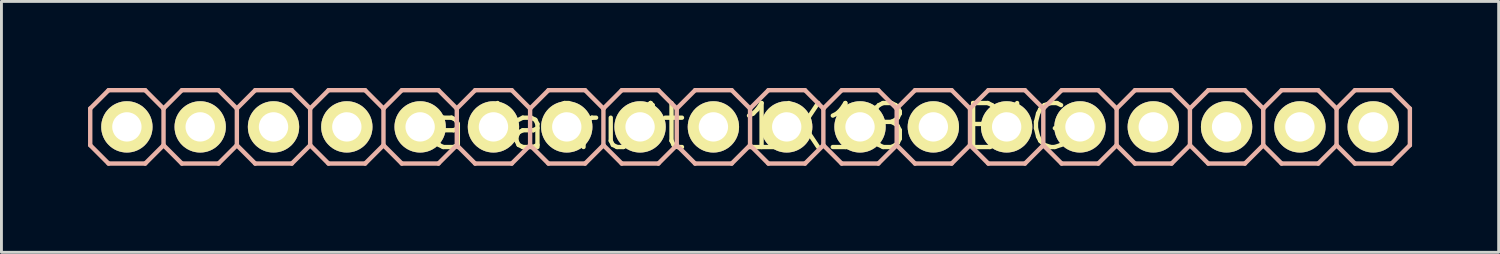
<source format=kicad_pcb>
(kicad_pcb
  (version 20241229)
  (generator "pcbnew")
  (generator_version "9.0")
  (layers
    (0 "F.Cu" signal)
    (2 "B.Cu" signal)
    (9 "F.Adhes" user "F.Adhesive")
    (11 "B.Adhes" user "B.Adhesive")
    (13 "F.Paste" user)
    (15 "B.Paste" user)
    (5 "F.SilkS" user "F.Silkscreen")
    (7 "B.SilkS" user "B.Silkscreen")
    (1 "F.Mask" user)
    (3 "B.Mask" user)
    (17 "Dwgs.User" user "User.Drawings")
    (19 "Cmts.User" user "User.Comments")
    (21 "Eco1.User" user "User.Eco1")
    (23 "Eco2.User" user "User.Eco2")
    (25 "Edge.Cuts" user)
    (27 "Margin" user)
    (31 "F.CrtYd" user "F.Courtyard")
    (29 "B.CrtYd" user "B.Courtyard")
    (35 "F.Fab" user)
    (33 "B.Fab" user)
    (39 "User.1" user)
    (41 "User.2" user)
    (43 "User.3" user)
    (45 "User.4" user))
  (footprint "adafruit-1X18-BIG"
    (layer "F.Cu")
    (at 22.936 1.346)
    (property "Reference" "adafruit-1X18-BIG" (at 0 0 0) (layer "F.SilkS") (effects (font (size 1.524 1.524) (thickness 0.15))))
    (attr exclude_from_pos_files exclude_from_bom)
    (fp_line (start -21.844 -0.254) (end -21.336 -0.254) (stroke (width 0.066) (type solid)) (layer "F.SilkS"))
    (fp_line (start -21.844 0.254) (end -21.844 -0.254) (stroke (width 0.066) (type solid)) (layer "F.SilkS"))
    (fp_line (start -21.844 0.254) (end -21.336 0.254) (stroke (width 0.066) (type solid)) (layer "F.SilkS"))
    (fp_line (start -21.336 0.254) (end -21.336 -0.254) (stroke (width 0.066) (type solid)) (layer "F.SilkS"))
    (fp_line (start -19.304 -0.254) (end -18.796 -0.254) (stroke (width 0.066) (type solid)) (layer "F.SilkS"))
    (fp_line (start -19.304 0.254) (end -19.304 -0.254) (stroke (width 0.066) (type solid)) (layer "F.SilkS"))
    (fp_line (start -19.304 0.254) (end -18.796 0.254) (stroke (width 0.066) (type solid)) (layer "F.SilkS"))
    (fp_line (start -18.796 0.254) (end -18.796 -0.254) (stroke (width 0.066) (type solid)) (layer "F.SilkS"))
    (fp_line (start -16.764 -0.254) (end -16.256 -0.254) (stroke (width 0.066) (type solid)) (layer "F.SilkS"))
    (fp_line (start -16.764 0.254) (end -16.764 -0.254) (stroke (width 0.066) (type solid)) (layer "F.SilkS"))
    (fp_line (start -16.764 0.254) (end -16.256 0.254) (stroke (width 0.066) (type solid)) (layer "F.SilkS"))
    (fp_line (start -16.256 0.254) (end -16.256 -0.254) (stroke (width 0.066) (type solid)) (layer "F.SilkS"))
    (fp_line (start -14.224 -0.254) (end -13.716 -0.254) (stroke (width 0.066) (type solid)) (layer "F.SilkS"))
    (fp_line (start -14.224 0.254) (end -14.224 -0.254) (stroke (width 0.066) (type solid)) (layer "F.SilkS"))
    (fp_line (start -14.224 0.254) (end -13.716 0.254) (stroke (width 0.066) (type solid)) (layer "F.SilkS"))
    (fp_line (start -13.716 0.254) (end -13.716 -0.254) (stroke (width 0.066) (type solid)) (layer "F.SilkS"))
    (fp_line (start -11.684 -0.254) (end -11.176 -0.254) (stroke (width 0.066) (type solid)) (layer "F.SilkS"))
    (fp_line (start -11.684 0.254) (end -11.684 -0.254) (stroke (width 0.066) (type solid)) (layer "F.SilkS"))
    (fp_line (start -11.684 0.254) (end -11.176 0.254) (stroke (width 0.066) (type solid)) (layer "F.SilkS"))
    (fp_line (start -11.176 0.254) (end -11.176 -0.254) (stroke (width 0.066) (type solid)) (layer "F.SilkS"))
    (fp_line (start -9.144 -0.254) (end -8.636 -0.254) (stroke (width 0.066) (type solid)) (layer "F.SilkS"))
    (fp_line (start -9.144 0.254) (end -9.144 -0.254) (stroke (width 0.066) (type solid)) (layer "F.SilkS"))
    (fp_line (start -9.144 0.254) (end -8.636 0.254) (stroke (width 0.066) (type solid)) (layer "F.SilkS"))
    (fp_line (start -8.636 0.254) (end -8.636 -0.254) (stroke (width 0.066) (type solid)) (layer "F.SilkS"))
    (fp_line (start -6.604 -0.254) (end -6.096 -0.254) (stroke (width 0.066) (type solid)) (layer "F.SilkS"))
    (fp_line (start -6.604 0.254) (end -6.604 -0.254) (stroke (width 0.066) (type solid)) (layer "F.SilkS"))
    (fp_line (start -6.604 0.254) (end -6.096 0.254) (stroke (width 0.066) (type solid)) (layer "F.SilkS"))
    (fp_line (start -6.096 0.254) (end -6.096 -0.254) (stroke (width 0.066) (type solid)) (layer "F.SilkS"))
    (fp_line (start -4.064 -0.254) (end -3.556 -0.254) (stroke (width 0.066) (type solid)) (layer "F.SilkS"))
    (fp_line (start -4.064 0.254) (end -4.064 -0.254) (stroke (width 0.066) (type solid)) (layer "F.SilkS"))
    (fp_line (start -4.064 0.254) (end -3.556 0.254) (stroke (width 0.066) (type solid)) (layer "F.SilkS"))
    (fp_line (start -3.556 0.254) (end -3.556 -0.254) (stroke (width 0.066) (type solid)) (layer "F.SilkS"))
    (fp_line (start -1.524 -0.254) (end -1.016 -0.254) (stroke (width 0.066) (type solid)) (layer "F.SilkS"))
    (fp_line (start -1.524 0.254) (end -1.524 -0.254) (stroke (width 0.066) (type solid)) (layer "F.SilkS"))
    (fp_line (start -1.524 0.254) (end -1.016 0.254) (stroke (width 0.066) (type solid)) (layer "F.SilkS"))
    (fp_line (start -1.016 0.254) (end -1.016 -0.254) (stroke (width 0.066) (type solid)) (layer "F.SilkS"))
    (fp_line (start 1.016 -0.254) (end 1.524 -0.254) (stroke (width 0.066) (type solid)) (layer "F.SilkS"))
    (fp_line (start 1.016 0.254) (end 1.016 -0.254) (stroke (width 0.066) (type solid)) (layer "F.SilkS"))
    (fp_line (start 1.016 0.254) (end 1.524 0.254) (stroke (width 0.066) (type solid)) (layer "F.SilkS"))
    (fp_line (start 1.524 0.254) (end 1.524 -0.254) (stroke (width 0.066) (type solid)) (layer "F.SilkS"))
    (fp_line (start 3.556 -0.254) (end 4.064 -0.254) (stroke (width 0.066) (type solid)) (layer "F.SilkS"))
    (fp_line (start 3.556 0.254) (end 3.556 -0.254) (stroke (width 0.066) (type solid)) (layer "F.SilkS"))
    (fp_line (start 3.556 0.254) (end 4.064 0.254) (stroke (width 0.066) (type solid)) (layer "F.SilkS"))
    (fp_line (start 4.064 0.254) (end 4.064 -0.254) (stroke (width 0.066) (type solid)) (layer "F.SilkS"))
    (fp_line (start 6.096 -0.254) (end 6.604 -0.254) (stroke (width 0.066) (type solid)) (layer "F.SilkS"))
    (fp_line (start 6.096 0.254) (end 6.096 -0.254) (stroke (width 0.066) (type solid)) (layer "F.SilkS"))
    (fp_line (start 6.096 0.254) (end 6.604 0.254) (stroke (width 0.066) (type solid)) (layer "F.SilkS"))
    (fp_line (start 6.604 0.254) (end 6.604 -0.254) (stroke (width 0.066) (type solid)) (layer "F.SilkS"))
    (fp_line (start 8.636 -0.254) (end 9.144 -0.254) (stroke (width 0.066) (type solid)) (layer "F.SilkS"))
    (fp_line (start 8.636 0.254) (end 8.636 -0.254) (stroke (width 0.066) (type solid)) (layer "F.SilkS"))
    (fp_line (start 8.636 0.254) (end 9.144 0.254) (stroke (width 0.066) (type solid)) (layer "F.SilkS"))
    (fp_line (start 9.144 0.254) (end 9.144 -0.254) (stroke (width 0.066) (type solid)) (layer "F.SilkS"))
    (fp_line (start 11.176 -0.254) (end 11.684 -0.254) (stroke (width 0.066) (type solid)) (layer "F.SilkS"))
    (fp_line (start 11.176 0.254) (end 11.176 -0.254) (stroke (width 0.066) (type solid)) (layer "F.SilkS"))
    (fp_line (start 11.176 0.254) (end 11.684 0.254) (stroke (width 0.066) (type solid)) (layer "F.SilkS"))
    (fp_line (start 11.684 0.254) (end 11.684 -0.254) (stroke (width 0.066) (type solid)) (layer "F.SilkS"))
    (fp_line (start 13.716 -0.254) (end 14.224 -0.254) (stroke (width 0.066) (type solid)) (layer "F.SilkS"))
    (fp_line (start 13.716 0.254) (end 13.716 -0.254) (stroke (width 0.066) (type solid)) (layer "F.SilkS"))
    (fp_line (start 13.716 0.254) (end 14.224 0.254) (stroke (width 0.066) (type solid)) (layer "F.SilkS"))
    (fp_line (start 14.224 0.254) (end 14.224 -0.254) (stroke (width 0.066) (type solid)) (layer "F.SilkS"))
    (fp_line (start 16.256 -0.254) (end 16.764 -0.254) (stroke (width 0.066) (type solid)) (layer "F.SilkS"))
    (fp_line (start 16.256 0.254) (end 16.256 -0.254) (stroke (width 0.066) (type solid)) (layer "F.SilkS"))
    (fp_line (start 16.256 0.254) (end 16.764 0.254) (stroke (width 0.066) (type solid)) (layer "F.SilkS"))
    (fp_line (start 16.764 0.254) (end 16.764 -0.254) (stroke (width 0.066) (type solid)) (layer "F.SilkS"))
    (fp_line (start 18.796 -0.254) (end 19.304 -0.254) (stroke (width 0.066) (type solid)) (layer "F.SilkS"))
    (fp_line (start 18.796 0.254) (end 18.796 -0.254) (stroke (width 0.066) (type solid)) (layer "F.SilkS"))
    (fp_line (start 18.796 0.254) (end 19.304 0.254) (stroke (width 0.066) (type solid)) (layer "F.SilkS"))
    (fp_line (start 19.304 0.254) (end 19.304 -0.254) (stroke (width 0.066) (type solid)) (layer "F.SilkS"))
    (fp_line (start 21.336 -0.254) (end 21.844 -0.254) (stroke (width 0.066) (type solid)) (layer "F.SilkS"))
    (fp_line (start 21.336 0.254) (end 21.336 -0.254) (stroke (width 0.066) (type solid)) (layer "F.SilkS"))
    (fp_line (start 21.336 0.254) (end 21.844 0.254) (stroke (width 0.066) (type solid)) (layer "F.SilkS"))
    (fp_line (start 21.844 0.254) (end 21.844 -0.254) (stroke (width 0.066) (type solid)) (layer "F.SilkS"))
    (fp_line (start -22.86 -0.635) (end -22.86 0.635) (stroke (width 0.152) (type solid)) (layer "B.SilkS"))
    (fp_line (start -22.86 0.635) (end -22.225 1.27) (stroke (width 0.152) (type solid)) (layer "B.SilkS"))
    (fp_line (start -22.225 -1.27) (end -22.86 -0.635) (stroke (width 0.152) (type solid)) (layer "B.SilkS"))
    (fp_line (start -22.225 -1.27) (end -20.955 -1.27) (stroke (width 0.152) (type solid)) (layer "B.SilkS"))
    (fp_line (start -20.955 -1.27) (end -20.32 -0.635) (stroke (width 0.152) (type solid)) (layer "B.SilkS"))
    (fp_line (start -20.955 1.27) (end -22.225 1.27) (stroke (width 0.152) (type solid)) (layer "B.SilkS"))
    (fp_line (start -20.32 -0.635) (end -20.32 0.635) (stroke (width 0.152) (type solid)) (layer "B.SilkS"))
    (fp_line (start -20.32 -0.635) (end -19.685 -1.27) (stroke (width 0.152) (type solid)) (layer "B.SilkS"))
    (fp_line (start -20.32 0.635) (end -20.955 1.27) (stroke (width 0.152) (type solid)) (layer "B.SilkS"))
    (fp_line (start -19.685 -1.27) (end -18.415 -1.27) (stroke (width 0.152) (type solid)) (layer "B.SilkS"))
    (fp_line (start -19.685 1.27) (end -20.32 0.635) (stroke (width 0.152) (type solid)) (layer "B.SilkS"))
    (fp_line (start -18.415 -1.27) (end -17.78 -0.635) (stroke (width 0.152) (type solid)) (layer "B.SilkS"))
    (fp_line (start -18.415 1.27) (end -19.685 1.27) (stroke (width 0.152) (type solid)) (layer "B.SilkS"))
    (fp_line (start -17.78 -0.635) (end -17.78 0.635) (stroke (width 0.152) (type solid)) (layer "B.SilkS"))
    (fp_line (start -17.78 -0.635) (end -17.145 -1.27) (stroke (width 0.152) (type solid)) (layer "B.SilkS"))
    (fp_line (start -17.78 0.635) (end -18.415 1.27) (stroke (width 0.152) (type solid)) (layer "B.SilkS"))
    (fp_line (start -17.145 -1.27) (end -15.875 -1.27) (stroke (width 0.152) (type solid)) (layer "B.SilkS"))
    (fp_line (start -17.145 1.27) (end -17.78 0.635) (stroke (width 0.152) (type solid)) (layer "B.SilkS"))
    (fp_line (start -15.875 -1.27) (end -15.24 -0.635) (stroke (width 0.152) (type solid)) (layer "B.SilkS"))
    (fp_line (start -15.875 1.27) (end -17.145 1.27) (stroke (width 0.152) (type solid)) (layer "B.SilkS"))
    (fp_line (start -15.24 -0.635) (end -15.24 0.635) (stroke (width 0.152) (type solid)) (layer "B.SilkS"))
    (fp_line (start -15.24 0.635) (end -15.875 1.27) (stroke (width 0.152) (type solid)) (layer "B.SilkS"))
    (fp_line (start -15.24 0.635) (end -14.605 1.27) (stroke (width 0.152) (type solid)) (layer "B.SilkS"))
    (fp_line (start -14.605 -1.27) (end -15.24 -0.635) (stroke (width 0.152) (type solid)) (layer "B.SilkS"))
    (fp_line (start -14.605 -1.27) (end -13.335 -1.27) (stroke (width 0.152) (type solid)) (layer "B.SilkS"))
    (fp_line (start -13.335 -1.27) (end -12.7 -0.635) (stroke (width 0.152) (type solid)) (layer "B.SilkS"))
    (fp_line (start -13.335 1.27) (end -14.605 1.27) (stroke (width 0.152) (type solid)) (layer "B.SilkS"))
    (fp_line (start -12.7 -0.635) (end -12.7 0.635) (stroke (width 0.152) (type solid)) (layer "B.SilkS"))
    (fp_line (start -12.7 -0.635) (end -12.065 -1.27) (stroke (width 0.152) (type solid)) (layer "B.SilkS"))
    (fp_line (start -12.7 0.635) (end -13.335 1.27) (stroke (width 0.152) (type solid)) (layer "B.SilkS"))
    (fp_line (start -12.065 -1.27) (end -10.795 -1.27) (stroke (width 0.152) (type solid)) (layer "B.SilkS"))
    (fp_line (start -12.065 1.27) (end -12.7 0.635) (stroke (width 0.152) (type solid)) (layer "B.SilkS"))
    (fp_line (start -10.795 -1.27) (end -10.16 -0.635) (stroke (width 0.152) (type solid)) (layer "B.SilkS"))
    (fp_line (start -10.795 1.27) (end -12.065 1.27) (stroke (width 0.152) (type solid)) (layer "B.SilkS"))
    (fp_line (start -10.16 -0.635) (end -10.16 0.635) (stroke (width 0.152) (type solid)) (layer "B.SilkS"))
    (fp_line (start -10.16 -0.635) (end -9.525 -1.27) (stroke (width 0.152) (type solid)) (layer "B.SilkS"))
    (fp_line (start -10.16 0.635) (end -10.795 1.27) (stroke (width 0.152) (type solid)) (layer "B.SilkS"))
    (fp_line (start -9.525 -1.27) (end -8.255 -1.27) (stroke (width 0.152) (type solid)) (layer "B.SilkS"))
    (fp_line (start -9.525 1.27) (end -10.16 0.635) (stroke (width 0.152) (type solid)) (layer "B.SilkS"))
    (fp_line (start -8.255 -1.27) (end -7.62 -0.635) (stroke (width 0.152) (type solid)) (layer "B.SilkS"))
    (fp_line (start -8.255 1.27) (end -9.525 1.27) (stroke (width 0.152) (type solid)) (layer "B.SilkS"))
    (fp_line (start -7.62 -0.635) (end -7.62 0.635) (stroke (width 0.152) (type solid)) (layer "B.SilkS"))
    (fp_line (start -7.62 0.635) (end -8.255 1.27) (stroke (width 0.152) (type solid)) (layer "B.SilkS"))
    (fp_line (start -7.62 0.635) (end -6.985 1.27) (stroke (width 0.152) (type solid)) (layer "B.SilkS"))
    (fp_line (start -6.985 -1.27) (end -7.62 -0.635) (stroke (width 0.152) (type solid)) (layer "B.SilkS"))
    (fp_line (start -6.985 -1.27) (end -5.715 -1.27) (stroke (width 0.152) (type solid)) (layer "B.SilkS"))
    (fp_line (start -5.715 -1.27) (end -5.08 -0.635) (stroke (width 0.152) (type solid)) (layer "B.SilkS"))
    (fp_line (start -5.715 1.27) (end -6.985 1.27) (stroke (width 0.152) (type solid)) (layer "B.SilkS"))
    (fp_line (start -5.08 -0.635) (end -5.08 0.635) (stroke (width 0.152) (type solid)) (layer "B.SilkS"))
    (fp_line (start -5.08 -0.635) (end -4.445 -1.27) (stroke (width 0.152) (type solid)) (layer "B.SilkS"))
    (fp_line (start -5.08 0.635) (end -5.715 1.27) (stroke (width 0.152) (type solid)) (layer "B.SilkS"))
    (fp_line (start -4.445 -1.27) (end -3.175 -1.27) (stroke (width 0.152) (type solid)) (layer "B.SilkS"))
    (fp_line (start -4.445 1.27) (end -5.08 0.635) (stroke (width 0.152) (type solid)) (layer "B.SilkS"))
    (fp_line (start -3.175 -1.27) (end -2.54 -0.635) (stroke (width 0.152) (type solid)) (layer "B.SilkS"))
    (fp_line (start -3.175 1.27) (end -4.445 1.27) (stroke (width 0.152) (type solid)) (layer "B.SilkS"))
    (fp_line (start -2.54 -0.635) (end -2.54 0.635) (stroke (width 0.152) (type solid)) (layer "B.SilkS"))
    (fp_line (start -2.54 -0.635) (end -1.905 -1.27) (stroke (width 0.152) (type solid)) (layer "B.SilkS"))
    (fp_line (start -2.54 0.635) (end -3.175 1.27) (stroke (width 0.152) (type solid)) (layer "B.SilkS"))
    (fp_line (start -1.905 -1.27) (end -0.635 -1.27) (stroke (width 0.152) (type solid)) (layer "B.SilkS"))
    (fp_line (start -1.905 1.27) (end -2.54 0.635) (stroke (width 0.152) (type solid)) (layer "B.SilkS"))
    (fp_line (start -0.635 -1.27) (end 0 -0.635) (stroke (width 0.152) (type solid)) (layer "B.SilkS"))
    (fp_line (start -0.635 1.27) (end -1.905 1.27) (stroke (width 0.152) (type solid)) (layer "B.SilkS"))
    (fp_line (start 0 -0.635) (end 0 0.635) (stroke (width 0.152) (type solid)) (layer "B.SilkS"))
    (fp_line (start 0 0.635) (end -0.635 1.27) (stroke (width 0.152) (type solid)) (layer "B.SilkS"))
    (fp_line (start 0 0.635) (end 0.635 1.27) (stroke (width 0.152) (type solid)) (layer "B.SilkS"))
    (fp_line (start 0.635 -1.27) (end 0 -0.635) (stroke (width 0.152) (type solid)) (layer "B.SilkS"))
    (fp_line (start 0.635 -1.27) (end 1.905 -1.27) (stroke (width 0.152) (type solid)) (layer "B.SilkS"))
    (fp_line (start 1.905 -1.27) (end 2.54 -0.635) (stroke (width 0.152) (type solid)) (layer "B.SilkS"))
    (fp_line (start 1.905 1.27) (end 0.635 1.27) (stroke (width 0.152) (type solid)) (layer "B.SilkS"))
    (fp_line (start 2.54 -0.635) (end 2.54 0.635) (stroke (width 0.152) (type solid)) (layer "B.SilkS"))
    (fp_line (start 2.54 -0.635) (end 3.175 -1.27) (stroke (width 0.152) (type solid)) (layer "B.SilkS"))
    (fp_line (start 2.54 0.635) (end 1.905 1.27) (stroke (width 0.152) (type solid)) (layer "B.SilkS"))
    (fp_line (start 3.175 -1.27) (end 4.445 -1.27) (stroke (width 0.152) (type solid)) (layer "B.SilkS"))
    (fp_line (start 3.175 1.27) (end 2.54 0.635) (stroke (width 0.152) (type solid)) (layer "B.SilkS"))
    (fp_line (start 4.445 -1.27) (end 5.08 -0.635) (stroke (width 0.152) (type solid)) (layer "B.SilkS"))
    (fp_line (start 4.445 1.27) (end 3.175 1.27) (stroke (width 0.152) (type solid)) (layer "B.SilkS"))
    (fp_line (start 5.08 -0.635) (end 5.08 0.635) (stroke (width 0.152) (type solid)) (layer "B.SilkS"))
    (fp_line (start 5.08 -0.635) (end 5.715 -1.27) (stroke (width 0.152) (type solid)) (layer "B.SilkS"))
    (fp_line (start 5.08 0.635) (end 4.445 1.27) (stroke (width 0.152) (type solid)) (layer "B.SilkS"))
    (fp_line (start 5.715 -1.27) (end 6.985 -1.27) (stroke (width 0.152) (type solid)) (layer "B.SilkS"))
    (fp_line (start 5.715 1.27) (end 5.08 0.635) (stroke (width 0.152) (type solid)) (layer "B.SilkS"))
    (fp_line (start 6.985 -1.27) (end 7.62 -0.635) (stroke (width 0.152) (type solid)) (layer "B.SilkS"))
    (fp_line (start 6.985 1.27) (end 5.715 1.27) (stroke (width 0.152) (type solid)) (layer "B.SilkS"))
    (fp_line (start 7.62 -0.635) (end 7.62 0.635) (stroke (width 0.152) (type solid)) (layer "B.SilkS"))
    (fp_line (start 7.62 0.635) (end 6.985 1.27) (stroke (width 0.152) (type solid)) (layer "B.SilkS"))
    (fp_line (start 7.62 0.635) (end 8.255 1.27) (stroke (width 0.152) (type solid)) (layer "B.SilkS"))
    (fp_line (start 8.255 -1.27) (end 7.62 -0.635) (stroke (width 0.152) (type solid)) (layer "B.SilkS"))
    (fp_line (start 8.255 -1.27) (end 9.525 -1.27) (stroke (width 0.152) (type solid)) (layer "B.SilkS"))
    (fp_line (start 9.525 -1.27) (end 10.16 -0.635) (stroke (width 0.152) (type solid)) (layer "B.SilkS"))
    (fp_line (start 9.525 1.27) (end 8.255 1.27) (stroke (width 0.152) (type solid)) (layer "B.SilkS"))
    (fp_line (start 10.16 -0.635) (end 10.16 0.635) (stroke (width 0.152) (type solid)) (layer "B.SilkS"))
    (fp_line (start 10.16 -0.635) (end 10.795 -1.27) (stroke (width 0.152) (type solid)) (layer "B.SilkS"))
    (fp_line (start 10.16 0.635) (end 9.525 1.27) (stroke (width 0.152) (type solid)) (layer "B.SilkS"))
    (fp_line (start 10.795 -1.27) (end 12.065 -1.27) (stroke (width 0.152) (type solid)) (layer "B.SilkS"))
    (fp_line (start 10.795 1.27) (end 10.16 0.635) (stroke (width 0.152) (type solid)) (layer "B.SilkS"))
    (fp_line (start 12.065 -1.27) (end 12.7 -0.635) (stroke (width 0.152) (type solid)) (layer "B.SilkS"))
    (fp_line (start 12.065 1.27) (end 10.795 1.27) (stroke (width 0.152) (type solid)) (layer "B.SilkS"))
    (fp_line (start 12.7 -0.635) (end 12.7 0.635) (stroke (width 0.152) (type solid)) (layer "B.SilkS"))
    (fp_line (start 12.7 -0.635) (end 13.335 -1.27) (stroke (width 0.152) (type solid)) (layer "B.SilkS"))
    (fp_line (start 12.7 0.635) (end 12.065 1.27) (stroke (width 0.152) (type solid)) (layer "B.SilkS"))
    (fp_line (start 13.335 -1.27) (end 14.605 -1.27) (stroke (width 0.152) (type solid)) (layer "B.SilkS"))
    (fp_line (start 13.335 1.27) (end 12.7 0.635) (stroke (width 0.152) (type solid)) (layer "B.SilkS"))
    (fp_line (start 14.605 -1.27) (end 15.24 -0.635) (stroke (width 0.152) (type solid)) (layer "B.SilkS"))
    (fp_line (start 14.605 1.27) (end 13.335 1.27) (stroke (width 0.152) (type solid)) (layer "B.SilkS"))
    (fp_line (start 15.24 -0.635) (end 15.24 0.635) (stroke (width 0.152) (type solid)) (layer "B.SilkS"))
    (fp_line (start 15.24 0.635) (end 14.605 1.27) (stroke (width 0.152) (type solid)) (layer "B.SilkS"))
    (fp_line (start 15.24 0.635) (end 15.875 1.27) (stroke (width 0.152) (type solid)) (layer "B.SilkS"))
    (fp_line (start 15.875 -1.27) (end 15.24 -0.635) (stroke (width 0.152) (type solid)) (layer "B.SilkS"))
    (fp_line (start 15.875 -1.27) (end 17.145 -1.27) (stroke (width 0.152) (type solid)) (layer "B.SilkS"))
    (fp_line (start 17.145 -1.27) (end 17.78 -0.635) (stroke (width 0.152) (type solid)) (layer "B.SilkS"))
    (fp_line (start 17.145 1.27) (end 15.875 1.27) (stroke (width 0.152) (type solid)) (layer "B.SilkS"))
    (fp_line (start 17.78 -0.635) (end 17.78 0.635) (stroke (width 0.152) (type solid)) (layer "B.SilkS"))
    (fp_line (start 17.78 -0.635) (end 18.415 -1.27) (stroke (width 0.152) (type solid)) (layer "B.SilkS"))
    (fp_line (start 17.78 0.635) (end 17.145 1.27) (stroke (width 0.152) (type solid)) (layer "B.SilkS"))
    (fp_line (start 18.415 -1.27) (end 19.685 -1.27) (stroke (width 0.152) (type solid)) (layer "B.SilkS"))
    (fp_line (start 18.415 1.27) (end 17.78 0.635) (stroke (width 0.152) (type solid)) (layer "B.SilkS"))
    (fp_line (start 19.685 -1.27) (end 20.32 -0.635) (stroke (width 0.152) (type solid)) (layer "B.SilkS"))
    (fp_line (start 19.685 1.27) (end 18.415 1.27) (stroke (width 0.152) (type solid)) (layer "B.SilkS"))
    (fp_line (start 20.32 -0.635) (end 20.32 0.635) (stroke (width 0.152) (type solid)) (layer "B.SilkS"))
    (fp_line (start 20.32 -0.635) (end 20.955 -1.27) (stroke (width 0.152) (type solid)) (layer "B.SilkS"))
    (fp_line (start 20.32 0.635) (end 19.685 1.27) (stroke (width 0.152) (type solid)) (layer "B.SilkS"))
    (fp_line (start 20.955 -1.27) (end 22.225 -1.27) (stroke (width 0.152) (type solid)) (layer "B.SilkS"))
    (fp_line (start 20.955 1.27) (end 20.32 0.635) (stroke (width 0.152) (type solid)) (layer "B.SilkS"))
    (fp_line (start 22.225 -1.27) (end 22.86 -0.635) (stroke (width 0.152) (type solid)) (layer "B.SilkS"))
    (fp_line (start 22.225 1.27) (end 20.955 1.27) (stroke (width 0.152) (type solid)) (layer "B.SilkS"))
    (fp_line (start 22.86 -0.635) (end 22.86 0.635) (stroke (width 0.152) (type solid)) (layer "B.SilkS"))
    (fp_line (start 22.86 0.635) (end 22.225 1.27) (stroke (width 0.152) (type solid)) (layer "B.SilkS"))
    (pad "1" thru_hole circle (at -21.59 0) (size 1.778 1.778) (drill 1.016) (layers "*.Cu" "F.Mask" "F.SilkS" "F.Paste"))
    (pad "2" thru_hole circle (at -19.05 0) (size 1.778 1.778) (drill 1.016) (layers "*.Cu" "F.Mask" "F.SilkS" "F.Paste"))
    (pad "3" thru_hole circle (at -16.51 0) (size 1.778 1.778) (drill 1.016) (layers "*.Cu" "F.Mask" "F.SilkS" "F.Paste"))
    (pad "4" thru_hole circle (at -13.97 0) (size 1.778 1.778) (drill 1.016) (layers "*.Cu" "F.Mask" "F.SilkS" "F.Paste"))
    (pad "5" thru_hole circle (at -11.43 0) (size 1.778 1.778) (drill 1.016) (layers "*.Cu" "F.Mask" "F.SilkS" "F.Paste"))
    (pad "6" thru_hole circle (at -8.89 0) (size 1.778 1.778) (drill 1.016) (layers "*.Cu" "F.Mask" "F.SilkS" "F.Paste"))
    (pad "7" thru_hole circle (at -6.35 0) (size 1.778 1.778) (drill 1.016) (layers "*.Cu" "F.Mask" "F.SilkS" "F.Paste"))
    (pad "8" thru_hole circle (at -3.81 0) (size 1.778 1.778) (drill 1.016) (layers "*.Cu" "F.Mask" "F.SilkS" "F.Paste"))
    (pad "9" thru_hole circle (at -1.27 0) (size 1.778 1.778) (drill 1.016) (layers "*.Cu" "F.Mask" "F.SilkS" "F.Paste"))
    (pad "10" thru_hole circle (at 1.27 0) (size 1.778 1.778) (drill 1.016) (layers "*.Cu" "F.Mask" "F.SilkS" "F.Paste"))
    (pad "11" thru_hole circle (at 3.81 0) (size 1.778 1.778) (drill 1.016) (layers "*.Cu" "F.Mask" "F.SilkS" "F.Paste"))
    (pad "12" thru_hole circle (at 6.35 0) (size 1.778 1.778) (drill 1.016) (layers "*.Cu" "F.Mask" "F.SilkS" "F.Paste"))
    (pad "13" thru_hole circle (at 8.89 0) (size 1.778 1.778) (drill 1.016) (layers "*.Cu" "F.Mask" "F.SilkS" "F.Paste"))
    (pad "14" thru_hole circle (at 11.43 0) (size 1.778 1.778) (drill 1.016) (layers "*.Cu" "F.Mask" "F.SilkS" "F.Paste"))
    (pad "15" thru_hole circle (at 13.97 0) (size 1.778 1.778) (drill 1.016) (layers "*.Cu" "F.Mask" "F.SilkS" "F.Paste"))
    (pad "16" thru_hole circle (at 16.51 0) (size 1.778 1.778) (drill 1.016) (layers "*.Cu" "F.Mask" "F.SilkS" "F.Paste"))
    (pad "17" thru_hole circle (at 19.05 0) (size 1.778 1.778) (drill 1.016) (layers "*.Cu" "F.Mask" "F.SilkS" "F.Paste"))
    (pad "18" thru_hole circle (at 21.59 0) (size 1.778 1.778) (drill 1.016) (layers "*.Cu" "F.Mask" "F.SilkS" "F.Paste")))
  (gr_rect
    (start -3 -3)
    (end 48.872 5.692)
    (stroke (width 0.1) (type default))
    (fill no)
    (layer "Edge.Cuts")))
</source>
